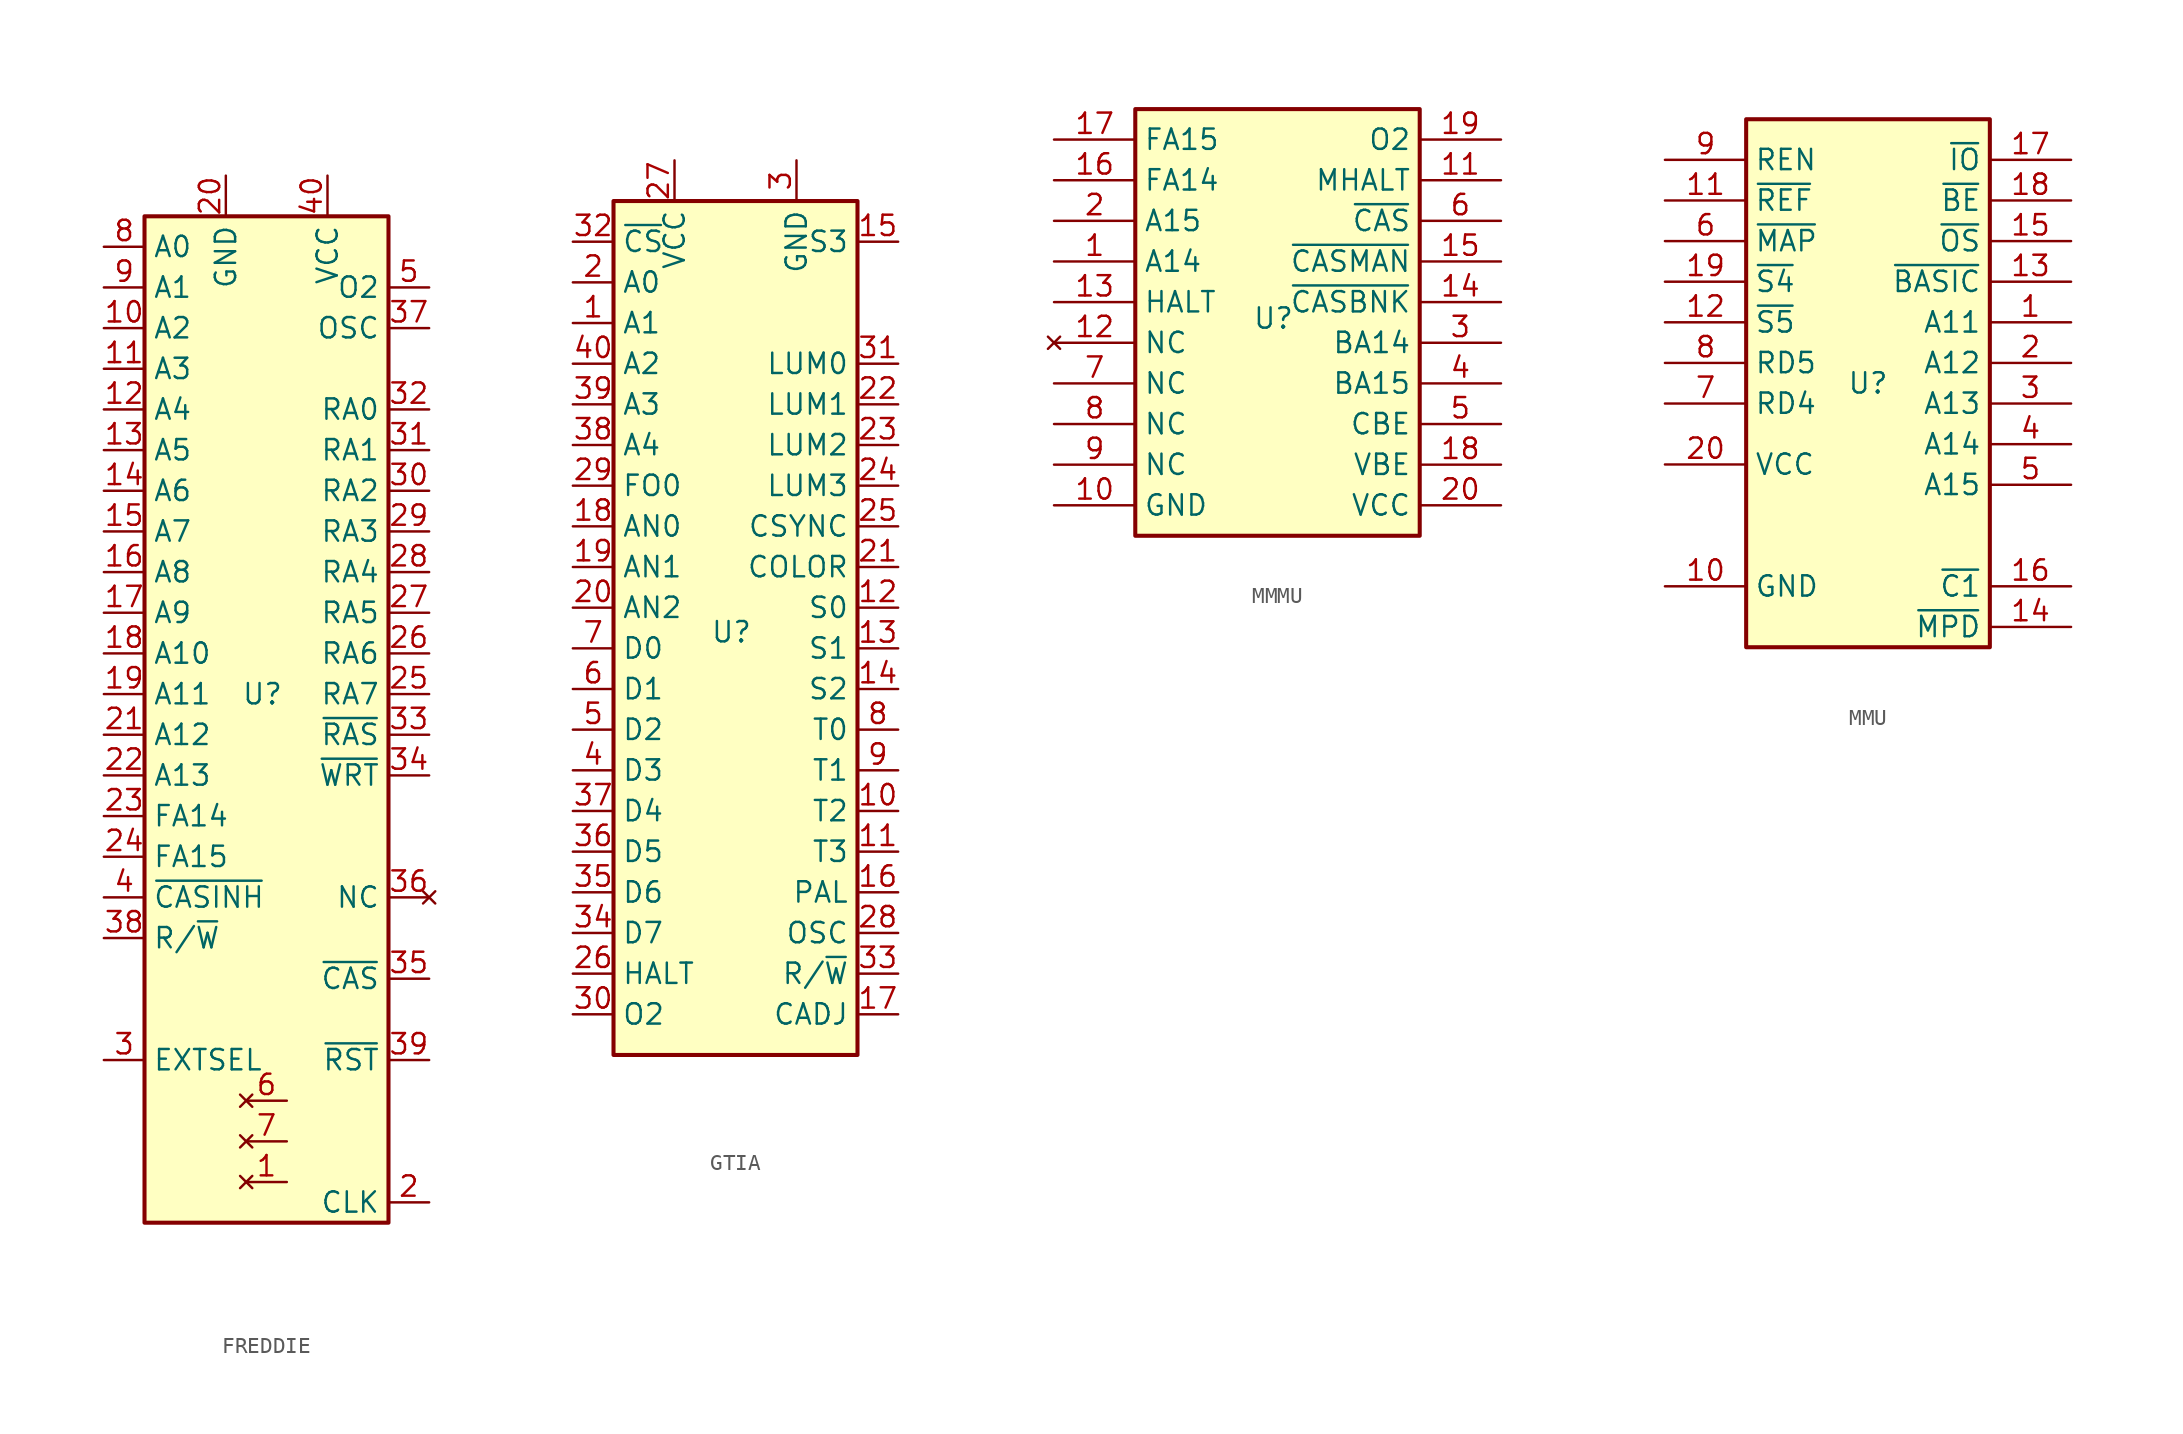
<source format=kicad_sym>
(kicad_symbol_lib
  (version 20241209)
  (generator "kicad_symbol_editor")
  (generator_version "9.0")
  (symbol "FREDDIE"
    (property "Reference" "U"
      (at -0.254 0 0)
      (effects (font (size 1.27 1.27))))
    (property "Value" ""
      (at 0 0 0)
      (effects (font (size 1.27 1.27))))
    (symbol "FREDDIE_1_0"
      (pin input line (at -10.16 -7.62 0) (length 2.54) (name "FA14" (effects (font (size 1.27 1.27)))) (number "23" (effects (font (size 1.27 1.27)))))
      (pin input line (at -10.16 -10.16 0) (length 2.54) (name "FA15" (effects (font (size 1.27 1.27)))) (number "24" (effects (font (size 1.27 1.27)))))
      (pin output line (at -10.16 -12.7 0) (length 2.54) (name "~{CASINH}" (effects (font (size 1.27 1.27)))) (number "4" (effects (font (size 1.27 1.27)))))
      (pin output line (at -10.16 -15.24 0) (length 2.54) (name "R/~{W}" (effects (font (size 1.27 1.27)))) (number "38" (effects (font (size 1.27 1.27)))))
      (pin output line (at -10.16 -22.86 0) (length 2.54) (name "EXTSEL" (effects (font (size 1.27 1.27)))) (number "3" (effects (font (size 1.27 1.27)))))
      (pin no_connect line (at -1.27 -25.4 0) (length 2.54) (name "" (effects (font (size 1.27 1.27)))) (number "6" (effects (font (size 1.27 1.27)))))
      (pin output line (at 10.16 25.4 180) (length 2.54) (name "O2" (effects (font (size 1.27 1.27)))) (number "5" (effects (font (size 1.27 1.27)))))
      (pin output line (at 10.16 22.86 180) (length 2.54) (name "OSC" (effects (font (size 1.27 1.27)))) (number "37" (effects (font (size 1.27 1.27)))))
      (pin output line (at 10.16 -2.54 180) (length 2.54) (name "~{RAS}" (effects (font (size 1.27 1.27)))) (number "33" (effects (font (size 1.27 1.27)))))
      (pin no_connect line (at 10.16 -12.7 180) (length 2.54) (name "NC" (effects (font (size 1.27 1.27)))) (number "36" (effects (font (size 1.27 1.27)))))
      (pin input line (at 10.16 -17.78 180) (length 2.54) (name "~{CAS}" (effects (font (size 1.27 1.27)))) (number "35" (effects (font (size 1.27 1.27)))))
      (pin output line (at 10.16 -31.75 180) (length 2.54) (name "CLK" (effects (font (size 1.27 1.27)))) (number "2" (effects (font (size 1.27 1.27))))))
    (symbol "FREDDIE_1_1"
      (rectangle (start -7.62 29.845) (end 7.62 -33.02) (stroke (width 0.254) (type default)) (fill (type background)))
      (pin input line (at -10.16 27.94 0) (length 2.54) (name "A0" (effects (font (size 1.27 1.27)))) (number "8" (effects (font (size 1.27 1.27)))))
      (pin input line (at -10.16 25.4 0) (length 2.54) (name "A1" (effects (font (size 1.27 1.27)))) (number "9" (effects (font (size 1.27 1.27)))))
      (pin input line (at -10.16 22.86 0) (length 2.54) (name "A2" (effects (font (size 1.27 1.27)))) (number "10" (effects (font (size 1.27 1.27)))))
      (pin input line (at -10.16 20.32 0) (length 2.54) (name "A3" (effects (font (size 1.27 1.27)))) (number "11" (effects (font (size 1.27 1.27)))))
      (pin input line (at -10.16 17.78 0) (length 2.54) (name "A4" (effects (font (size 1.27 1.27)))) (number "12" (effects (font (size 1.27 1.27)))))
      (pin input line (at -10.16 15.24 0) (length 2.54) (name "A5" (effects (font (size 1.27 1.27)))) (number "13" (effects (font (size 1.27 1.27)))))
      (pin input line (at -10.16 12.7 0) (length 2.54) (name "A6" (effects (font (size 1.27 1.27)))) (number "14" (effects (font (size 1.27 1.27)))))
      (pin input line (at -10.16 10.16 0) (length 2.54) (name "A7" (effects (font (size 1.27 1.27)))) (number "15" (effects (font (size 1.27 1.27)))))
      (pin input line (at -10.16 7.62 0) (length 2.54) (name "A8" (effects (font (size 1.27 1.27)))) (number "16" (effects (font (size 1.27 1.27)))))
      (pin input line (at -10.16 5.08 0) (length 2.54) (name "A9" (effects (font (size 1.27 1.27)))) (number "17" (effects (font (size 1.27 1.27)))))
      (pin input line (at -10.16 2.54 0) (length 2.54) (name "A10" (effects (font (size 1.27 1.27)))) (number "18" (effects (font (size 1.27 1.27)))))
      (pin input line (at -10.16 0 0) (length 2.54) (name "A11" (effects (font (size 1.27 1.27)))) (number "19" (effects (font (size 1.27 1.27)))))
      (pin input line (at -10.16 -2.54 0) (length 2.54) (name "A12" (effects (font (size 1.27 1.27)))) (number "21" (effects (font (size 1.27 1.27)))))
      (pin input line (at -10.16 -5.08 0) (length 2.54) (name "A13" (effects (font (size 1.27 1.27)))) (number "22" (effects (font (size 1.27 1.27)))))
      (pin power_in line (at -2.54 32.385 270) (length 2.54) (name "GND" (effects (font (size 1.27 1.27)))) (number "20" (effects (font (size 1.27 1.27)))))
      (pin no_connect line (at -1.27 -27.94 0) (length 2.54) (name "" (effects (font (size 1.27 1.27)))) (number "7" (effects (font (size 1.27 1.27)))))
      (pin no_connect line (at -1.27 -30.48 0) (length 2.54) (name "" (effects (font (size 1.27 1.27)))) (number "1" (effects (font (size 1.27 1.27)))))
      (pin power_in line (at 3.81 32.385 270) (length 2.54) (name "VCC" (effects (font (size 1.27 1.27)))) (number "40" (effects (font (size 1.27 1.27)))))
      (pin tri_state line (at 10.16 17.78 180) (length 2.54) (name "RA0" (effects (font (size 1.27 1.27)))) (number "32" (effects (font (size 1.27 1.27)))))
      (pin tri_state line (at 10.16 15.24 180) (length 2.54) (name "RA1" (effects (font (size 1.27 1.27)))) (number "31" (effects (font (size 1.27 1.27)))))
      (pin tri_state line (at 10.16 12.7 180) (length 2.54) (name "RA2" (effects (font (size 1.27 1.27)))) (number "30" (effects (font (size 1.27 1.27)))))
      (pin tri_state line (at 10.16 10.16 180) (length 2.54) (name "RA3" (effects (font (size 1.27 1.27)))) (number "29" (effects (font (size 1.27 1.27)))))
      (pin tri_state line (at 10.16 7.62 180) (length 2.54) (name "RA4" (effects (font (size 1.27 1.27)))) (number "28" (effects (font (size 1.27 1.27)))))
      (pin tri_state line (at 10.16 5.08 180) (length 2.54) (name "RA5" (effects (font (size 1.27 1.27)))) (number "27" (effects (font (size 1.27 1.27)))))
      (pin tri_state line (at 10.16 2.54 180) (length 2.54) (name "RA6" (effects (font (size 1.27 1.27)))) (number "26" (effects (font (size 1.27 1.27)))))
      (pin tri_state line (at 10.16 0 180) (length 2.54) (name "RA7" (effects (font (size 1.27 1.27)))) (number "25" (effects (font (size 1.27 1.27)))))
      (pin output line (at 10.16 -5.08 180) (length 2.54) (name "~{WRT}" (effects (font (size 1.27 1.27)))) (number "34" (effects (font (size 1.27 1.27)))))
      (pin output line (at 10.16 -22.86 180) (length 2.54) (name "~{RST}" (effects (font (size 1.27 1.27)))) (number "39" (effects (font (size 1.27 1.27)))))))
  (symbol "GTIA"
    (property "Reference" "U"
      (at -0.254 -0.254 0)
      (effects (font (size 1.27 1.27))))
    (property "Value" ""
      (at 0 0 0)
      (effects (font (size 1.27 1.27))))
    (symbol "GTIA_1_0"
      (pin input line (at -10.16 21.59 0) (length 2.54) (name "A0" (effects (font (size 1.27 1.27)))) (number "2" (effects (font (size 1.27 1.27)))))
      (pin input line (at -10.16 8.89 0) (length 2.54) (name "FO0" (effects (font (size 1.27 1.27)))) (number "29" (effects (font (size 1.27 1.27)))))
      (pin input line (at -10.16 3.81 0) (length 2.54) (name "AN1" (effects (font (size 1.27 1.27)))) (number "19" (effects (font (size 1.27 1.27)))))
      (pin input line (at -10.16 1.27 0) (length 2.54) (name "AN2" (effects (font (size 1.27 1.27)))) (number "20" (effects (font (size 1.27 1.27)))))
      (pin bidirectional line (at -10.16 -3.81 0) (length 2.54) (name "D1" (effects (font (size 1.27 1.27)))) (number "6" (effects (font (size 1.27 1.27)))))
      (pin bidirectional line (at -10.16 -6.35 0) (length 2.54) (name "D2" (effects (font (size 1.27 1.27)))) (number "5" (effects (font (size 1.27 1.27)))))
      (pin bidirectional line (at -10.16 -8.89 0) (length 2.54) (name "D3" (effects (font (size 1.27 1.27)))) (number "4" (effects (font (size 1.27 1.27)))))
      (pin bidirectional line (at -10.16 -16.51 0) (length 2.54) (name "D6" (effects (font (size 1.27 1.27)))) (number "35" (effects (font (size 1.27 1.27)))))
      (pin bidirectional line (at -10.16 -19.05 0) (length 2.54) (name "D7" (effects (font (size 1.27 1.27)))) (number "34" (effects (font (size 1.27 1.27)))))
      (pin power_in line (at 3.81 29.21 270) (length 2.54) (name "GND" (effects (font (size 1.27 1.27)))) (number "3" (effects (font (size 1.27 1.27)))))
      (pin output line (at 10.16 24.13 180) (length 2.54) (name "S3" (effects (font (size 1.27 1.27)))) (number "15" (effects (font (size 1.27 1.27)))))
      (pin output line (at 10.16 -8.89 180) (length 2.54) (name "T1" (effects (font (size 1.27 1.27)))) (number "9" (effects (font (size 1.27 1.27))))))
    (symbol "GTIA_1_1"
      (rectangle (start -7.62 26.67) (end 7.62 -26.67) (stroke (width 0.254) (type default)) (fill (type background)))
      (pin input line (at -10.16 24.13 0) (length 2.54) (name "~{CS}" (effects (font (size 1.27 1.27)))) (number "32" (effects (font (size 1.27 1.27)))))
      (pin input line (at -10.16 19.05 0) (length 2.54) (name "A1" (effects (font (size 1.27 1.27)))) (number "1" (effects (font (size 1.27 1.27)))))
      (pin input line (at -10.16 16.51 0) (length 2.54) (name "A2" (effects (font (size 1.27 1.27)))) (number "40" (effects (font (size 1.27 1.27)))))
      (pin input line (at -10.16 13.97 0) (length 2.54) (name "A3" (effects (font (size 1.27 1.27)))) (number "39" (effects (font (size 1.27 1.27)))))
      (pin input line (at -10.16 11.43 0) (length 2.54) (name "A4" (effects (font (size 1.27 1.27)))) (number "38" (effects (font (size 1.27 1.27)))))
      (pin input line (at -10.16 6.35 0) (length 2.54) (name "AN0" (effects (font (size 1.27 1.27)))) (number "18" (effects (font (size 1.27 1.27)))))
      (pin bidirectional line (at -10.16 -1.27 0) (length 2.54) (name "D0" (effects (font (size 1.27 1.27)))) (number "7" (effects (font (size 1.27 1.27)))))
      (pin bidirectional line (at -10.16 -11.43 0) (length 2.54) (name "D4" (effects (font (size 1.27 1.27)))) (number "37" (effects (font (size 1.27 1.27)))))
      (pin bidirectional line (at -10.16 -13.97 0) (length 2.54) (name "D5" (effects (font (size 1.27 1.27)))) (number "36" (effects (font (size 1.27 1.27)))))
      (pin input line (at -10.16 -21.59 0) (length 2.54) (name "HALT" (effects (font (size 1.27 1.27)))) (number "26" (effects (font (size 1.27 1.27)))))
      (pin input line (at -10.16 -24.13 0) (length 2.54) (name "O2" (effects (font (size 1.27 1.27)))) (number "30" (effects (font (size 1.27 1.27)))))
      (pin power_in line (at -3.81 29.21 270) (length 2.54) (name "VCC" (effects (font (size 1.27 1.27)))) (number "27" (effects (font (size 1.27 1.27)))))
      (pin output line (at 10.16 16.51 180) (length 2.54) (name "LUM0" (effects (font (size 1.27 1.27)))) (number "31" (effects (font (size 1.27 1.27)))))
      (pin output line (at 10.16 13.97 180) (length 2.54) (name "LUM1" (effects (font (size 1.27 1.27)))) (number "22" (effects (font (size 1.27 1.27)))))
      (pin output line (at 10.16 11.43 180) (length 2.54) (name "LUM2" (effects (font (size 1.27 1.27)))) (number "23" (effects (font (size 1.27 1.27)))))
      (pin output line (at 10.16 8.89 180) (length 2.54) (name "LUM3" (effects (font (size 1.27 1.27)))) (number "24" (effects (font (size 1.27 1.27)))))
      (pin output line (at 10.16 6.35 180) (length 2.54) (name "CSYNC" (effects (font (size 1.27 1.27)))) (number "25" (effects (font (size 1.27 1.27)))))
      (pin output line (at 10.16 3.81 180) (length 2.54) (name "COLOR" (effects (font (size 1.27 1.27)))) (number "21" (effects (font (size 1.27 1.27)))))
      (pin output line (at 10.16 1.27 180) (length 2.54) (name "S0" (effects (font (size 1.27 1.27)))) (number "12" (effects (font (size 1.27 1.27)))))
      (pin output line (at 10.16 -1.27 180) (length 2.54) (name "S1" (effects (font (size 1.27 1.27)))) (number "13" (effects (font (size 1.27 1.27)))))
      (pin output line (at 10.16 -3.81 180) (length 2.54) (name "S2" (effects (font (size 1.27 1.27)))) (number "14" (effects (font (size 1.27 1.27)))))
      (pin output line (at 10.16 -6.35 180) (length 2.54) (name "T0" (effects (font (size 1.27 1.27)))) (number "8" (effects (font (size 1.27 1.27)))))
      (pin output line (at 10.16 -11.43 180) (length 2.54) (name "T2" (effects (font (size 1.27 1.27)))) (number "10" (effects (font (size 1.27 1.27)))))
      (pin output line (at 10.16 -13.97 180) (length 2.54) (name "T3" (effects (font (size 1.27 1.27)))) (number "11" (effects (font (size 1.27 1.27)))))
      (pin output line (at 10.16 -16.51 180) (length 2.54) (name "PAL" (effects (font (size 1.27 1.27)))) (number "16" (effects (font (size 1.27 1.27)))))
      (pin output line (at 10.16 -19.05 180) (length 2.54) (name "OSC" (effects (font (size 1.27 1.27)))) (number "28" (effects (font (size 1.27 1.27)))))
      (pin output line (at 10.16 -21.59 180) (length 2.54) (name "R/~{W}" (effects (font (size 1.27 1.27)))) (number "33" (effects (font (size 1.27 1.27)))))
      (pin output line (at 10.16 -24.13 180) (length 2.54) (name "CADJ" (effects (font (size 1.27 1.27)))) (number "17" (effects (font (size 1.27 1.27)))))))
  (symbol "MMMU"
    (property "Reference" "U"
      (at -0.254 0.254 0)
      (effects (font (size 1.27 1.27))))
    (property "Value" ""
      (at 0 0 0)
      (effects (font (size 1.27 1.27))))
    (symbol "MMMU_1_0"
      (pin output line (at -13.97 11.43 0) (length 5.08) (name "FA15" (effects (font (size 1.27 1.27)))) (number "17" (effects (font (size 1.27 1.27)))))
      (pin output line (at -13.97 8.89 0) (length 5.08) (name "FA14" (effects (font (size 1.27 1.27)))) (number "16" (effects (font (size 1.27 1.27)))))
      (pin input line (at -13.97 6.35 0) (length 5.08) (name "A15" (effects (font (size 1.27 1.27)))) (number "2" (effects (font (size 1.27 1.27)))))
      (pin input line (at -13.97 3.81 0) (length 5.08) (name "A14" (effects (font (size 1.27 1.27)))) (number "1" (effects (font (size 1.27 1.27)))))
      (pin output line (at -13.97 1.27 0) (length 5.08) (name "HALT" (effects (font (size 1.27 1.27)))) (number "13" (effects (font (size 1.27 1.27)))))
      (pin no_connect line (at -13.97 -1.27 0) (length 5.08) (name "NC" (effects (font (size 1.27 1.27)))) (number "12" (effects (font (size 1.27 1.27)))))
      (pin input line (at -13.97 -3.81 0) (length 5.08) (name "NC" (effects (font (size 1.27 1.27)))) (number "7" (effects (font (size 1.27 1.27)))))
      (pin input line (at -13.97 -6.35 0) (length 5.08) (name "NC" (effects (font (size 1.27 1.27)))) (number "8" (effects (font (size 1.27 1.27)))))
      (pin input line (at -13.97 -8.89 0) (length 5.08) (name "NC" (effects (font (size 1.27 1.27)))) (number "9" (effects (font (size 1.27 1.27)))))
      (pin power_in line (at -13.97 -11.43 0) (length 5.08) (name "GND" (effects (font (size 1.27 1.27)))) (number "10" (effects (font (size 1.27 1.27)))))
      (pin input line (at 13.97 11.43 180) (length 5.08) (name "O2" (effects (font (size 1.27 1.27)))) (number "19" (effects (font (size 1.27 1.27)))))
      (pin output line (at 13.97 8.89 180) (length 5.08) (name "MHALT" (effects (font (size 1.27 1.27)))) (number "11" (effects (font (size 1.27 1.27)))))
      (pin input line (at 13.97 6.35 180) (length 5.08) (name "~{CAS}" (effects (font (size 1.27 1.27)))) (number "6" (effects (font (size 1.27 1.27)))))
      (pin output line (at 13.97 3.81 180) (length 5.08) (name "~{CASMAN}" (effects (font (size 1.27 1.27)))) (number "15" (effects (font (size 1.27 1.27)))))
      (pin output line (at 13.97 1.27 180) (length 5.08) (name "~{CASBNK}" (effects (font (size 1.27 1.27)))) (number "14" (effects (font (size 1.27 1.27)))))
      (pin input line (at 13.97 -1.27 180) (length 5.08) (name "BA14" (effects (font (size 1.27 1.27)))) (number "3" (effects (font (size 1.27 1.27)))))
      (pin input line (at 13.97 -3.81 180) (length 5.08) (name "BA15" (effects (font (size 1.27 1.27)))) (number "4" (effects (font (size 1.27 1.27)))))
      (pin input line (at 13.97 -6.35 180) (length 5.08) (name "CBE" (effects (font (size 1.27 1.27)))) (number "5" (effects (font (size 1.27 1.27)))))
      (pin output line (at 13.97 -8.89 180) (length 5.08) (name "VBE" (effects (font (size 1.27 1.27)))) (number "18" (effects (font (size 1.27 1.27)))))
      (pin power_in line (at 13.97 -11.43 180) (length 5.08) (name "VCC" (effects (font (size 1.27 1.27)))) (number "20" (effects (font (size 1.27 1.27))))))
    (symbol "MMMU_1_1"
      (rectangle (start -8.89 13.335) (end 8.89 -13.335) (stroke (width 0.254) (type default)) (fill (type background)))))
  (symbol "MMU"
    (property "Reference" "U"
      (at 0 0 0)
      (effects (font (size 1.27 1.27))))
    (property "Value" ""
      (at 0 0 0)
      (effects (font (size 1.27 1.27))))
    (symbol "MMU_1_0"
      (pin input line (at -12.7 13.97 0) (length 5.08) (name "REN" (effects (font (size 1.27 1.27)))) (number "9" (effects (font (size 1.27 1.27)))))
      (pin output line (at -12.7 11.43 0) (length 5.08) (name "~{REF}" (effects (font (size 1.27 1.27)))) (number "11" (effects (font (size 1.27 1.27)))))
      (pin input line (at -12.7 8.89 0) (length 5.08) (name "~{MAP}" (effects (font (size 1.27 1.27)))) (number "6" (effects (font (size 1.27 1.27)))))
      (pin input line (at -12.7 6.35 0) (length 5.08) (name "~{S4}" (effects (font (size 1.27 1.27)))) (number "19" (effects (font (size 1.27 1.27)))))
      (pin output line (at -12.7 3.81 0) (length 5.08) (name "~{S5}" (effects (font (size 1.27 1.27)))) (number "12" (effects (font (size 1.27 1.27)))))
      (pin input line (at -12.7 1.27 0) (length 5.08) (name "RD5" (effects (font (size 1.27 1.27)))) (number "8" (effects (font (size 1.27 1.27)))))
      (pin input line (at -12.7 -1.27 0) (length 5.08) (name "RD4" (effects (font (size 1.27 1.27)))) (number "7" (effects (font (size 1.27 1.27)))))
      (pin power_in line (at -12.7 -5.08 0) (length 5.08) (name "VCC" (effects (font (size 1.27 1.27)))) (number "20" (effects (font (size 1.27 1.27)))))
      (pin power_in line (at -12.7 -12.7 0) (length 5.08) (name "GND" (effects (font (size 1.27 1.27)))) (number "10" (effects (font (size 1.27 1.27)))))
      (pin output line (at 12.7 13.97 180) (length 5.08) (name "~{IO}" (effects (font (size 1.27 1.27)))) (number "17" (effects (font (size 1.27 1.27)))))
      (pin output line (at 12.7 11.43 180) (length 5.08) (name "~{BE}" (effects (font (size 1.27 1.27)))) (number "18" (effects (font (size 1.27 1.27)))))
      (pin output line (at 12.7 8.89 180) (length 5.08) (name "~{OS}" (effects (font (size 1.27 1.27)))) (number "15" (effects (font (size 1.27 1.27)))))
      (pin output line (at 12.7 6.35 180) (length 5.08) (name "~{BASIC}" (effects (font (size 1.27 1.27)))) (number "13" (effects (font (size 1.27 1.27)))))
      (pin input line (at 12.7 3.81 180) (length 5.08) (name "A11" (effects (font (size 1.27 1.27)))) (number "1" (effects (font (size 1.27 1.27)))))
      (pin input line (at 12.7 1.27 180) (length 5.08) (name "A12" (effects (font (size 1.27 1.27)))) (number "2" (effects (font (size 1.27 1.27)))))
      (pin input line (at 12.7 -1.27 180) (length 5.08) (name "A13" (effects (font (size 1.27 1.27)))) (number "3" (effects (font (size 1.27 1.27)))))
      (pin input line (at 12.7 -3.81 180) (length 5.08) (name "A14" (effects (font (size 1.27 1.27)))) (number "4" (effects (font (size 1.27 1.27)))))
      (pin input line (at 12.7 -6.35 180) (length 5.08) (name "A15" (effects (font (size 1.27 1.27)))) (number "5" (effects (font (size 1.27 1.27)))))
      (pin output line (at 12.7 -12.7 180) (length 5.08) (name "~{C1}" (effects (font (size 1.27 1.27)))) (number "16" (effects (font (size 1.27 1.27)))))
      (pin output line (at 12.7 -15.24 180) (length 5.08) (name "~{MPD}" (effects (font (size 1.27 1.27)))) (number "14" (effects (font (size 1.27 1.27))))))
    (symbol "MMU_1_1"
      (rectangle (start -7.62 16.51) (end 7.62 -16.51) (stroke (width 0.254) (type default)) (fill (type background))))))
</source>
